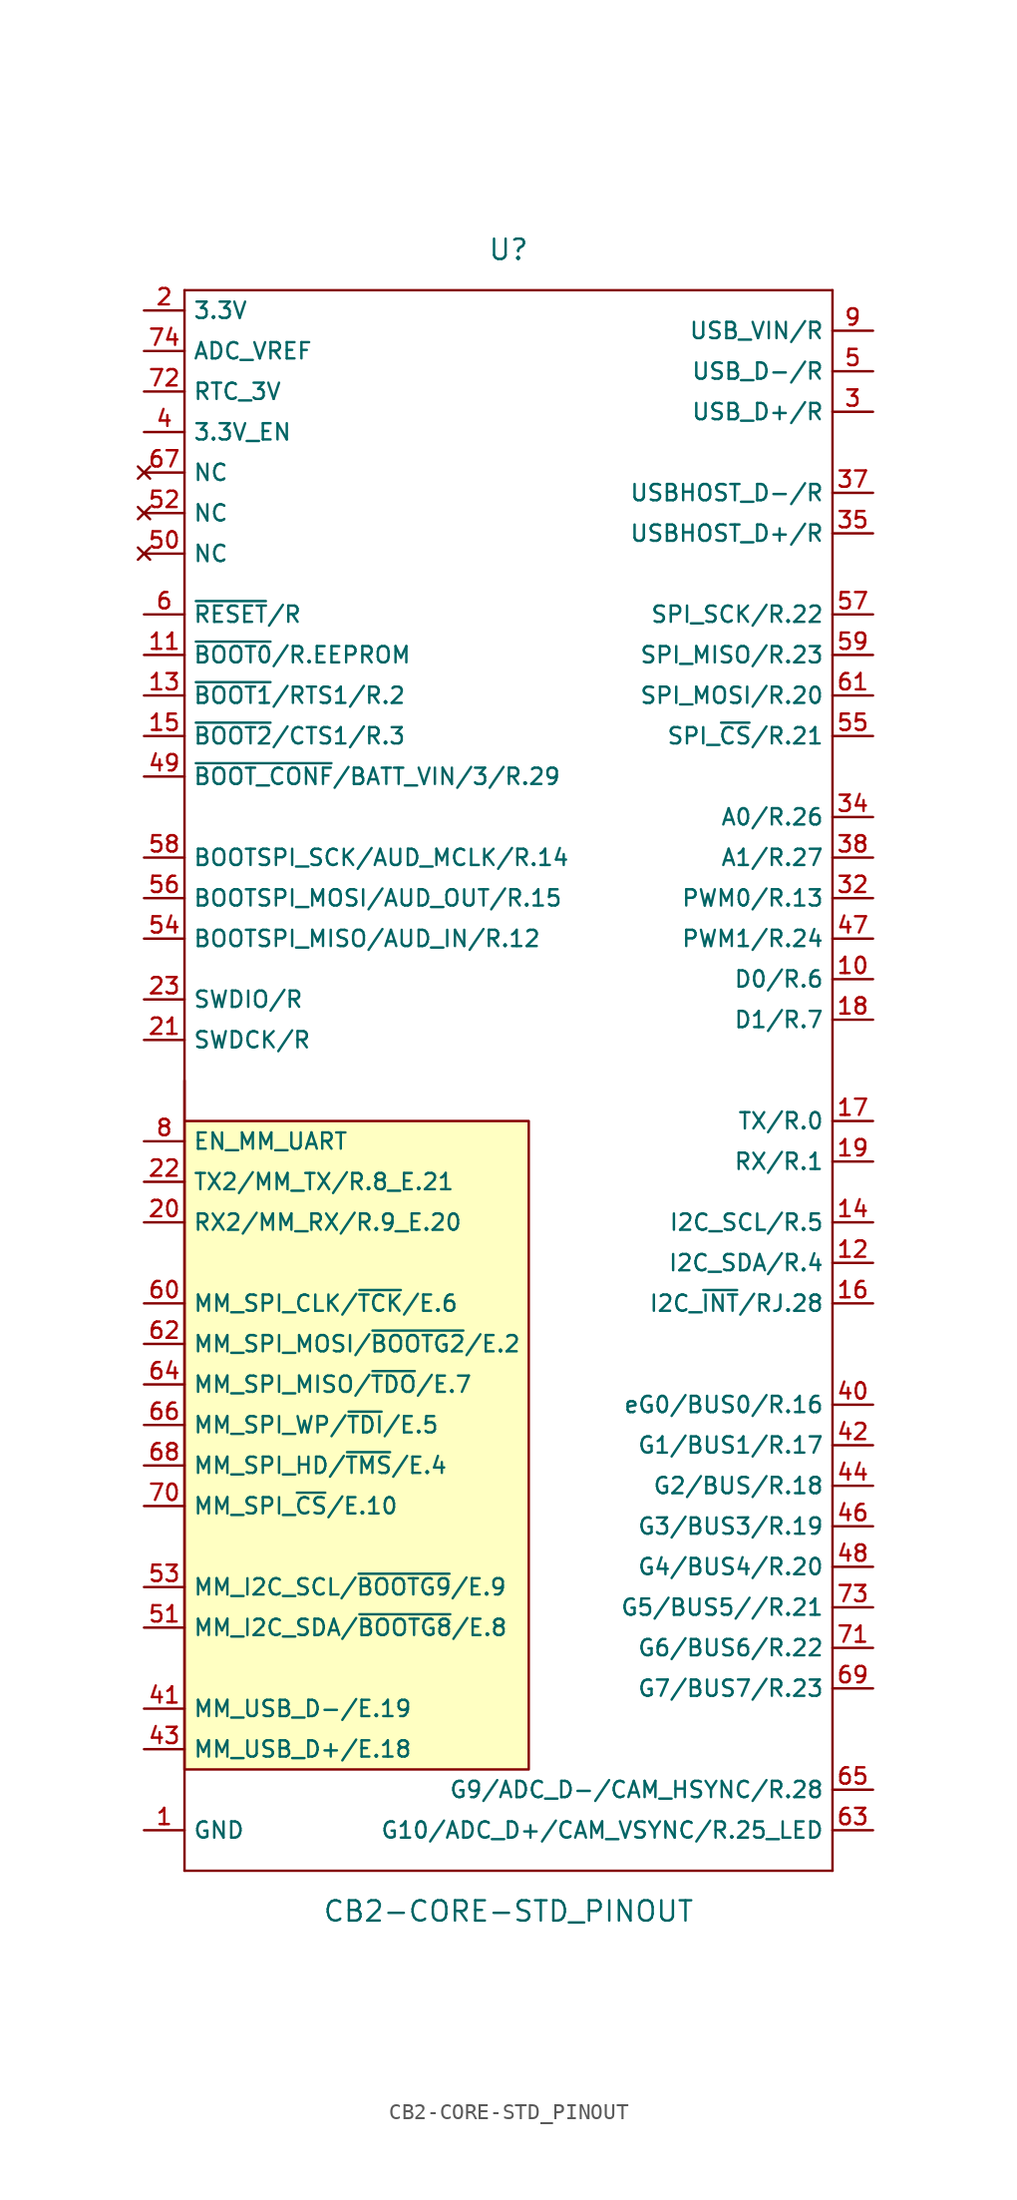
<source format=kicad_sym>
(kicad_symbol_lib
  (version 20211014)
  (generator kicad_symbol_editor)
  (symbol "CB2-CORE-STD_PINOUT"
    (property "Reference" "U"
      (at 0 52.07 0)
      (effects (font (size 1.27 1.27))))
    (property "Value" "CB2-CORE-STD_PINOUT"
      (at 0 -52.07 0)
      (effects (font (size 1.27 1.27))))
    (symbol "CB2-CORE-STD_PINOUT_0_1"
      (polyline (pts (xy -20.32 -2.54) (xy 1.27 -2.54) (xy 1.27 -43.18) (xy -20.32 -43.18) (xy -20.32 0)) (stroke (width 0) (type default) (color 0 0 0 0)) (fill (type background))))
    (symbol "CB2-CORE-STD_PINOUT_1_0"
      (polyline (pts (xy -20.32 -49.53) (xy -20.32 49.53)) (stroke (width 0) (type default) (color 0 0 0 0)) (fill (type none)))
      (polyline (pts (xy -20.32 49.53) (xy 20.32 49.53)) (stroke (width 0) (type default) (color 0 0 0 0)) (fill (type none)))
      (polyline (pts (xy 20.32 -49.53) (xy -20.32 -49.53)) (stroke (width 0) (type default) (color 0 0 0 0)) (fill (type none)))
      (polyline (pts (xy 20.32 49.53) (xy 20.32 -49.53)) (stroke (width 0) (type default) (color 0 0 0 0)) (fill (type none))))
    (symbol "CB2-CORE-STD_PINOUT_1_1"
      (pin bidirectional line (at -22.86 -46.99 0) (length 2.54) (name "GND" (effects (font (size 1.016 1.016)))) (number "1" (effects (font (size 1.016 1.016)))))
      (pin bidirectional line (at 22.86 6.35 180) (length 2.54) (name "D0/R.6" (effects (font (size 1.016 1.016)))) (number "10" (effects (font (size 1.016 1.016)))))
      (pin input line (at -22.86 26.67 0) (length 2.54) (name "~{BOOT0}/R.EEPROM" (effects (font (size 1.016 1.016)))) (number "11" (effects (font (size 1.016 1.016)))))
      (pin bidirectional line (at 22.86 -11.43 180) (length 2.54) (name "I2C_SDA/R.4" (effects (font (size 1.016 1.016)))) (number "12" (effects (font (size 1.016 1.016)))))
      (pin input line (at -22.86 24.13 0) (length 2.54) (name "~{BOOT1}/RTS1/R.2" (effects (font (size 1.016 1.016)))) (number "13" (effects (font (size 1.016 1.016)))))
      (pin output line (at 22.86 -8.89 180) (length 2.54) (name "I2C_SCL/R.5" (effects (font (size 1.016 1.016)))) (number "14" (effects (font (size 1.016 1.016)))))
      (pin input line (at -22.86 21.59 0) (length 2.54) (name "~{BOOT2}/CTS1/R.3" (effects (font (size 1.016 1.016)))) (number "15" (effects (font (size 1.016 1.016)))))
      (pin input line (at 22.86 -13.97 180) (length 2.54) (name "I2C_~{INT}/RJ.28" (effects (font (size 1.016 1.016)))) (number "16" (effects (font (size 1.016 1.016)))))
      (pin output line (at 22.86 -2.54 180) (length 2.54) (name "TX/R.0" (effects (font (size 1.016 1.016)))) (number "17" (effects (font (size 1.016 1.016)))))
      (pin bidirectional line (at 22.86 3.81 180) (length 2.54) (name "D1/R.7" (effects (font (size 1.016 1.016)))) (number "18" (effects (font (size 1.016 1.016)))))
      (pin input line (at 22.86 -5.08 180) (length 2.54) (name "RX/R.1" (effects (font (size 1.016 1.016)))) (number "19" (effects (font (size 1.016 1.016)))))
      (pin power_in line (at -22.86 48.26 0) (length 2.54) (name "3.3V" (effects (font (size 1.016 1.016)))) (number "2" (effects (font (size 1.016 1.016)))))
      (pin input line (at -22.86 -8.89 0) (length 2.54) (name "RX2/MM_RX/R.9_E.20" (effects (font (size 1.016 1.016)))) (number "20" (effects (font (size 1.016 1.016)))))
      (pin bidirectional line (at -22.86 2.54 0) (length 2.54) (name "SWDCK/R" (effects (font (size 1.016 1.016)))) (number "21" (effects (font (size 1.016 1.016)))))
      (pin output line (at -22.86 -6.35 0) (length 2.54) (name "TX2/MM_TX/R.8_E.21" (effects (font (size 1.016 1.016)))) (number "22" (effects (font (size 1.016 1.016)))))
      (pin bidirectional line (at -22.86 5.08 0) (length 2.54) (name "SWDIO/R" (effects (font (size 1.016 1.016)))) (number "23" (effects (font (size 1.016 1.016)))))
      (pin bidirectional line (at 22.86 41.91 180) (length 2.54) (name "USB_D+/R" (effects (font (size 1.016 1.016)))) (number "3" (effects (font (size 1.016 1.016)))))
      (pin output line (at 22.86 11.43 180) (length 2.54) (name "PWM0/R.13" (effects (font (size 1.016 1.016)))) (number "32" (effects (font (size 1.016 1.016)))))
      (pin bidirectional line (at -22.86 -46.99 0) (length 2.54) hide (name "GND" (effects (font (size 1.016 1.016)))) (number "33" (effects (font (size 1.016 1.016)))))
      (pin bidirectional line (at 22.86 16.51 180) (length 2.54) (name "A0/R.26" (effects (font (size 1.016 1.016)))) (number "34" (effects (font (size 1.016 1.016)))))
      (pin bidirectional line (at 22.86 34.29 180) (length 2.54) (name "USBHOST_D+/R" (effects (font (size 1.016 1.016)))) (number "35" (effects (font (size 1.016 1.016)))))
      (pin bidirectional line (at -22.86 -46.99 0) (length 2.54) hide (name "GND" (effects (font (size 1.016 1.016)))) (number "36" (effects (font (size 1.016 1.016)))))
      (pin bidirectional line (at 22.86 36.83 180) (length 2.54) (name "USBHOST_D-/R" (effects (font (size 1.016 1.016)))) (number "37" (effects (font (size 1.016 1.016)))))
      (pin bidirectional line (at 22.86 13.97 180) (length 2.54) (name "A1/R.27" (effects (font (size 1.016 1.016)))) (number "38" (effects (font (size 1.016 1.016)))))
      (pin bidirectional line (at -22.86 -46.99 0) (length 2.54) hide (name "GND" (effects (font (size 1.016 1.016)))) (number "39" (effects (font (size 1.016 1.016)))))
      (pin input line (at -22.86 40.64 0) (length 2.54) (name "3.3V_EN" (effects (font (size 1.016 1.016)))) (number "4" (effects (font (size 1.016 1.016)))))
      (pin bidirectional line (at 22.86 -20.32 180) (length 2.54) (name "eG0/BUS0/R.16" (effects (font (size 1.016 1.016)))) (number "40" (effects (font (size 1.016 1.016)))))
      (pin bidirectional line (at -22.86 -39.37 0) (length 2.54) (name "MM_USB_D-/E.19" (effects (font (size 1.016 1.016)))) (number "41" (effects (font (size 1.016 1.016)))))
      (pin bidirectional line (at 22.86 -22.86 180) (length 2.54) (name "G1/BUS1/R.17" (effects (font (size 1.016 1.016)))) (number "42" (effects (font (size 1.016 1.016)))))
      (pin bidirectional line (at -22.86 -41.91 0) (length 2.54) (name "MM_USB_D+/E.18" (effects (font (size 1.016 1.016)))) (number "43" (effects (font (size 1.016 1.016)))))
      (pin bidirectional line (at 22.86 -25.4 180) (length 2.54) (name "G2/BUS/R.18" (effects (font (size 1.016 1.016)))) (number "44" (effects (font (size 1.016 1.016)))))
      (pin bidirectional line (at -22.86 -46.99 0) (length 2.54) hide (name "GND" (effects (font (size 1.016 1.016)))) (number "45" (effects (font (size 1.016 1.016)))))
      (pin bidirectional line (at 22.86 -27.94 180) (length 2.54) (name "G3/BUS3/R.19" (effects (font (size 1.016 1.016)))) (number "46" (effects (font (size 1.016 1.016)))))
      (pin output line (at 22.86 8.89 180) (length 2.54) (name "PWM1/R.24" (effects (font (size 1.016 1.016)))) (number "47" (effects (font (size 1.016 1.016)))))
      (pin bidirectional line (at 22.86 -30.48 180) (length 2.54) (name "G4/BUS4/R.20" (effects (font (size 1.016 1.016)))) (number "48" (effects (font (size 1.016 1.016)))))
      (pin input line (at -22.86 19.05 0) (length 2.54) (name "~{BOOT_CONF}/BATT_VIN/3/R.29" (effects (font (size 1.016 1.016)))) (number "49" (effects (font (size 1.016 1.016)))))
      (pin bidirectional line (at 22.86 44.45 180) (length 2.54) (name "USB_D-/R" (effects (font (size 1.016 1.016)))) (number "5" (effects (font (size 1.016 1.016)))))
      (pin no_connect line (at -22.86 33.02 0) (length 2.54) (name "NC" (effects (font (size 1.016 1.016)))) (number "50" (effects (font (size 1.016 1.016)))))
      (pin bidirectional line (at -22.86 -34.29 0) (length 2.54) (name "MM_I2C_SDA/~{BOOTG8}/E.8" (effects (font (size 1.016 1.016)))) (number "51" (effects (font (size 1.016 1.016)))))
      (pin no_connect line (at -22.86 35.56 0) (length 2.54) (name "NC" (effects (font (size 1.016 1.016)))) (number "52" (effects (font (size 1.016 1.016)))))
      (pin output line (at -22.86 -31.75 0) (length 2.54) (name "MM_I2C_SCL/~{BOOTG9}/E.9" (effects (font (size 1.016 1.016)))) (number "53" (effects (font (size 1.016 1.016)))))
      (pin input line (at -22.86 8.89 0) (length 2.54) (name "BOOTSPI_MISO/AUD_IN/R.12" (effects (font (size 1.016 1.016)))) (number "54" (effects (font (size 1.016 1.016)))))
      (pin output line (at 22.86 21.59 180) (length 2.54) (name "SPI_~{CS}/R.21" (effects (font (size 1.016 1.016)))) (number "55" (effects (font (size 1.016 1.016)))))
      (pin output line (at -22.86 11.43 0) (length 2.54) (name "BOOTSPI_MOSI/AUD_OUT/R.15" (effects (font (size 1.016 1.016)))) (number "56" (effects (font (size 1.016 1.016)))))
      (pin output line (at 22.86 29.21 180) (length 2.54) (name "SPI_SCK/R.22" (effects (font (size 1.016 1.016)))) (number "57" (effects (font (size 1.016 1.016)))))
      (pin bidirectional line (at -22.86 13.97 0) (length 2.54) (name "BOOTSPI_SCK/AUD_MCLK/R.14" (effects (font (size 1.016 1.016)))) (number "58" (effects (font (size 1.016 1.016)))))
      (pin input line (at 22.86 26.67 180) (length 2.54) (name "SPI_MISO/R.23" (effects (font (size 1.016 1.016)))) (number "59" (effects (font (size 1.016 1.016)))))
      (pin input line (at -22.86 29.21 0) (length 2.54) (name "~{RESET}/R" (effects (font (size 1.016 1.016)))) (number "6" (effects (font (size 1.016 1.016)))))
      (pin output line (at -22.86 -13.97 0) (length 2.54) (name "MM_SPI_CLK/~{TCK}/E.6" (effects (font (size 1.016 1.016)))) (number "60" (effects (font (size 1.016 1.016)))))
      (pin output line (at 22.86 24.13 180) (length 2.54) (name "SPI_MOSI/R.20" (effects (font (size 1.016 1.016)))) (number "61" (effects (font (size 1.016 1.016)))))
      (pin output line (at -22.86 -16.51 0) (length 2.54) (name "MM_SPI_MOSI/~{BOOTG2}/E.2" (effects (font (size 1.016 1.016)))) (number "62" (effects (font (size 1.016 1.016)))))
      (pin bidirectional line (at 22.86 -46.99 180) (length 2.54) (name "G10/ADC_D+/CAM_VSYNC/R.25_LED" (effects (font (size 1.016 1.016)))) (number "63" (effects (font (size 1.016 1.016)))))
      (pin input line (at -22.86 -19.05 0) (length 2.54) (name "MM_SPI_MISO/~{TDO}/E.7" (effects (font (size 1.016 1.016)))) (number "64" (effects (font (size 1.016 1.016)))))
      (pin bidirectional line (at 22.86 -44.45 180) (length 2.54) (name "G9/ADC_D-/CAM_HSYNC/R.28" (effects (font (size 1.016 1.016)))) (number "65" (effects (font (size 1.016 1.016)))))
      (pin bidirectional line (at -22.86 -21.59 0) (length 2.54) (name "MM_SPI_WP/~{TDI}/E.5" (effects (font (size 1.016 1.016)))) (number "66" (effects (font (size 1.016 1.016)))))
      (pin no_connect line (at -22.86 38.1 0) (length 2.54) (name "NC" (effects (font (size 1.016 1.016)))) (number "67" (effects (font (size 1.016 1.016)))))
      (pin bidirectional line (at -22.86 -24.13 0) (length 2.54) (name "MM_SPI_HD/~{TMS}/E.4" (effects (font (size 1.016 1.016)))) (number "68" (effects (font (size 1.016 1.016)))))
      (pin bidirectional line (at 22.86 -38.1 180) (length 2.54) (name "G7/BUS7/R.23" (effects (font (size 1.016 1.016)))) (number "69" (effects (font (size 1.016 1.016)))))
      (pin bidirectional line (at -22.86 -46.99 0) (length 2.54) hide (name "GND" (effects (font (size 1.016 1.016)))) (number "7" (effects (font (size 1.016 1.016)))))
      (pin output line (at -22.86 -26.67 0) (length 2.54) (name "MM_SPI_~{CS}/E.10" (effects (font (size 1.016 1.016)))) (number "70" (effects (font (size 1.016 1.016)))))
      (pin bidirectional line (at 22.86 -35.56 180) (length 2.54) (name "G6/BUS6/R.22" (effects (font (size 1.016 1.016)))) (number "71" (effects (font (size 1.016 1.016)))))
      (pin power_in line (at -22.86 43.18 0) (length 2.54) (name "RTC_3V" (effects (font (size 1.016 1.016)))) (number "72" (effects (font (size 1.016 1.016)))))
      (pin bidirectional line (at 22.86 -33.02 180) (length 2.54) (name "G5/BUS5//R.21" (effects (font (size 1.016 1.016)))) (number "73" (effects (font (size 1.016 1.016)))))
      (pin power_in line (at -22.86 45.72 0) (length 2.54) (name "ADC_VREF" (effects (font (size 1.016 1.016)))) (number "74" (effects (font (size 1.016 1.016)))))
      (pin bidirectional line (at -22.86 -46.99 0) (length 2.54) hide (name "GND" (effects (font (size 1.016 1.016)))) (number "75" (effects (font (size 1.016 1.016)))))
      (pin input line (at -22.86 -3.81 0) (length 2.54) (name "EN_MM_UART" (effects (font (size 1.016 1.016)))) (number "8" (effects (font (size 1.016 1.016)))))
      (pin bidirectional line (at 22.86 46.99 180) (length 2.54) (name "USB_VIN/R" (effects (font (size 1.016 1.016)))) (number "9" (effects (font (size 1.016 1.016))))))))
</source>
